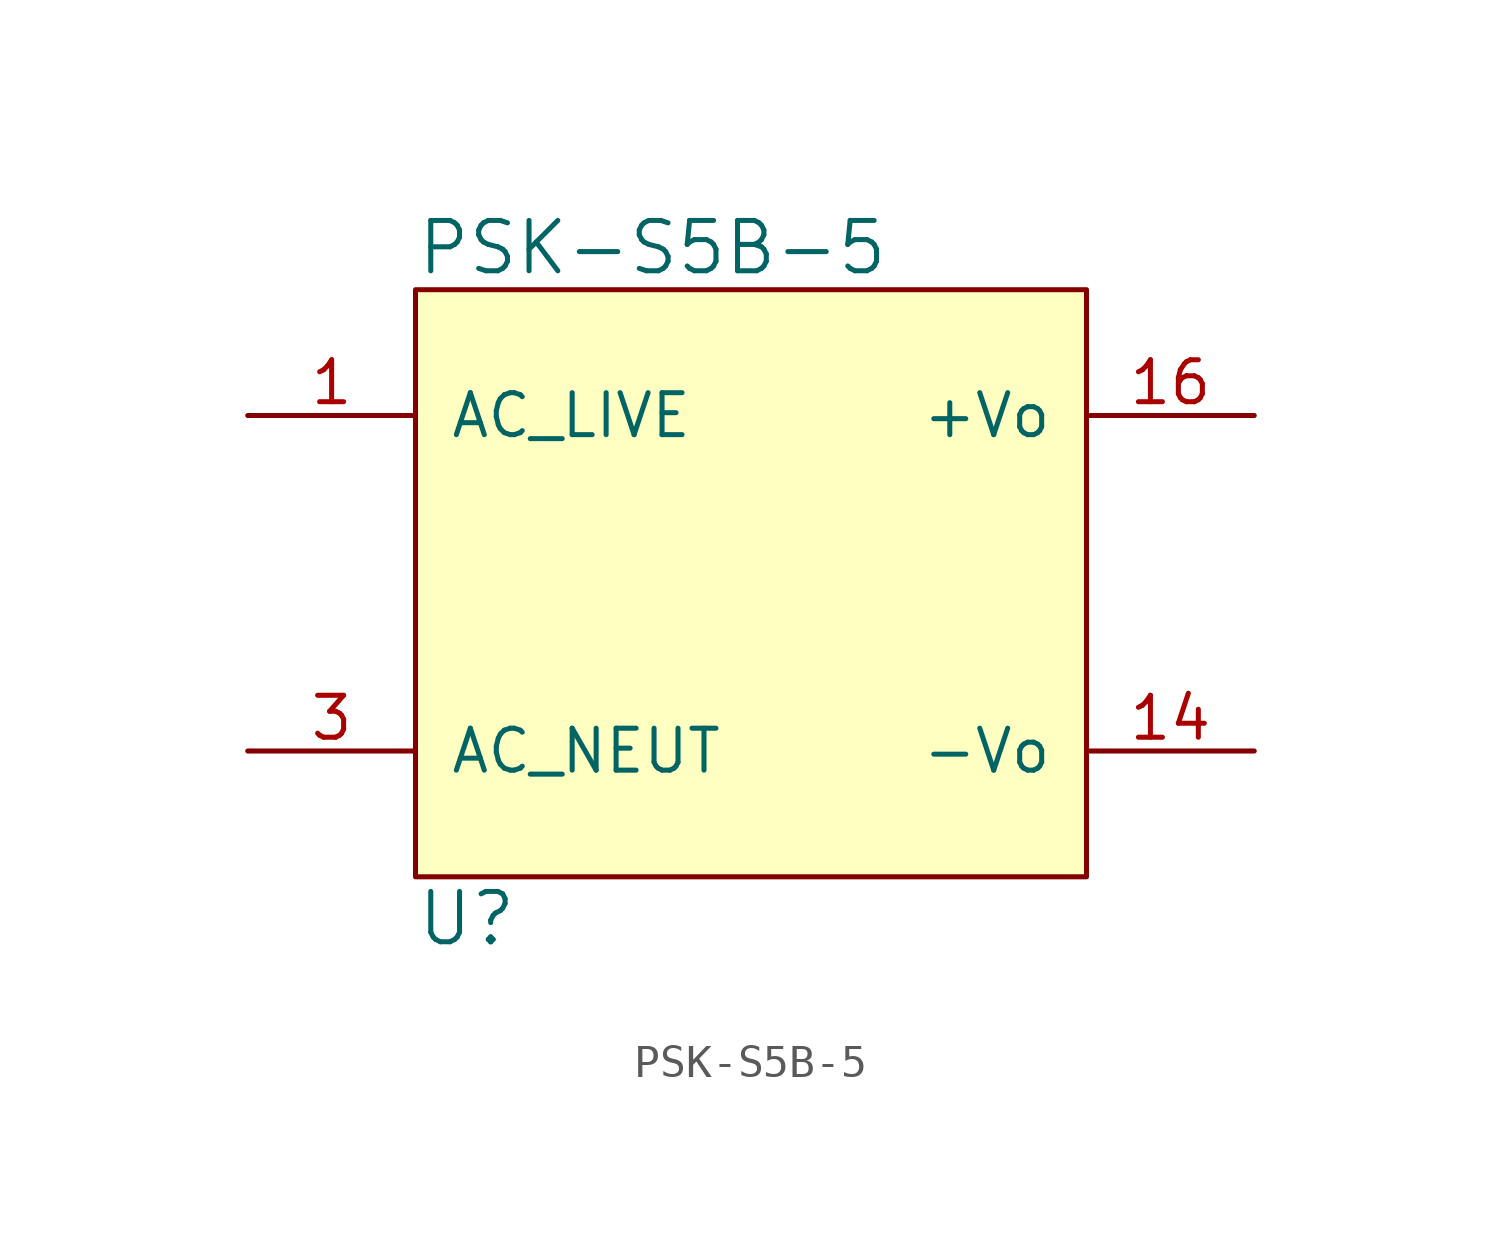
<source format=kicad_sym>
(kicad_symbol_lib
  (version 20231120)
  (generator "kicad_symbol_editor")
  (generator_version "8.0")
  (symbol "PSK-S5B-5"
    (pin_names
      (offset 1.016))
    (property "Reference" "U"
      (at -10.16 -10.16 0)
      (effects (font (size 1.524 1.524)) (justify left)))
    (property "Value" "PSK-S5B-5"
      (at -10.16 10.16 0)
      (effects (font (size 1.524 1.524)) (justify left)))
    (symbol "PSK-S5B-5_0_1"
      (rectangle (start -10.16 8.89) (end 10.16 -8.89) (stroke (width 0) (type default)) (fill (type background))))
    (symbol "PSK-S5B-5_1_1"
      (pin power_in line (at -15.24 5.08 0) (length 5.08) (name "AC_LIVE" (effects (font (size 1.27 1.27)))) (number "1" (effects (font (size 1.27 1.27)))))
      (pin no_connect line (at -15.24 0 0) (length 5.08) hide (name "NC" (effects (font (size 1.27 1.27)))) (number "13" (effects (font (size 1.27 1.27)))))
      (pin output line (at 15.24 -5.08 180) (length 5.08) (name "-Vo" (effects (font (size 1.27 1.27)))) (number "14" (effects (font (size 1.27 1.27)))))
      (pin output line (at 15.24 5.08 180) (length 5.08) (name "+Vo" (effects (font (size 1.27 1.27)))) (number "16" (effects (font (size 1.27 1.27)))))
      (pin power_in line (at -15.24 -5.08 0) (length 5.08) (name "AC_NEUT" (effects (font (size 1.27 1.27)))) (number "3" (effects (font (size 1.27 1.27))))))))
</source>
